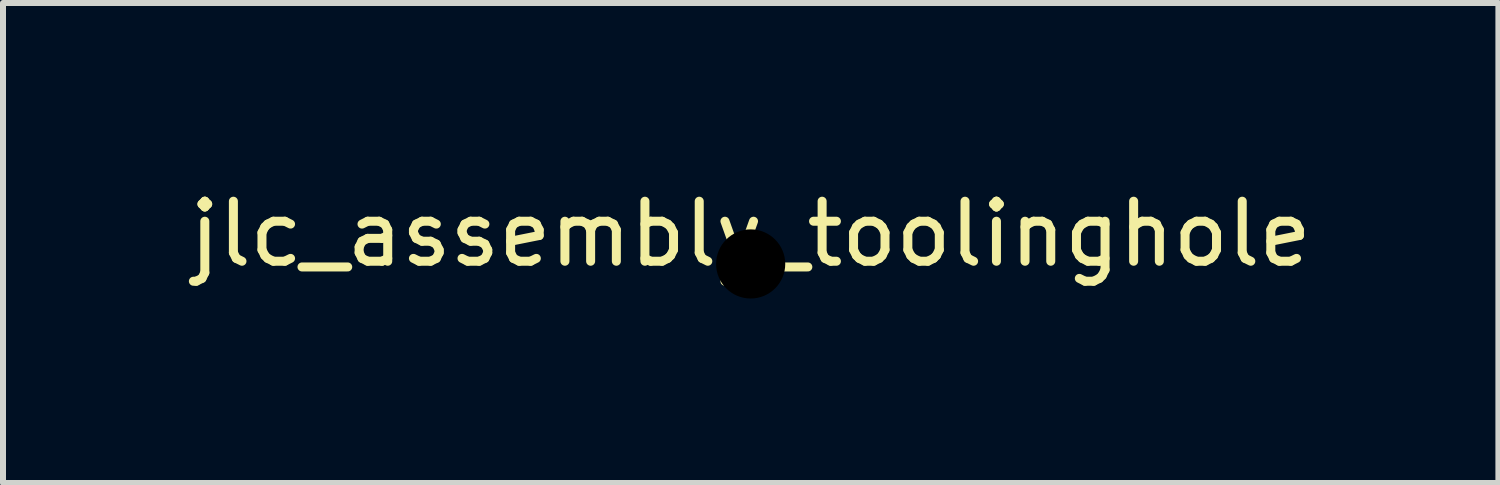
<source format=kicad_pcb>
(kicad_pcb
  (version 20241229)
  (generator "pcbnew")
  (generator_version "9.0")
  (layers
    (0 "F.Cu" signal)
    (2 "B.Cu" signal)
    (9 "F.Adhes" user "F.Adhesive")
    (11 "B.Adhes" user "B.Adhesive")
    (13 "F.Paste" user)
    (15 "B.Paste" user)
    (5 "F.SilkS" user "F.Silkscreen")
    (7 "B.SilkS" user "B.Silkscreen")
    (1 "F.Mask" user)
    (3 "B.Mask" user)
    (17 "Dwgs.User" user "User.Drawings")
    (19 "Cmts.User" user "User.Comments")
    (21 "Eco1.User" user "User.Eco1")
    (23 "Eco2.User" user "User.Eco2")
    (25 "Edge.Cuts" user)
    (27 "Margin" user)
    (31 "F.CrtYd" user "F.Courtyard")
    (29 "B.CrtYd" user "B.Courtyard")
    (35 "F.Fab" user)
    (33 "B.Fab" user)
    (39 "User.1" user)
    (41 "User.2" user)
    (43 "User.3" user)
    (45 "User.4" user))
  (footprint "jlc_assembly_toolinghole"
    (layer "F.Cu")
    (at 9.458 1.348)
    (property "Reference" "jlc_assembly_toolinghole" (at 0 -0.5 0) (unlocked yes) (layer "F.SilkS") (effects (font (size 1 1) (thickness 0.15))))
    (attr through_hole)
    (pad "" np_thru_hole circle (at 0 0) (size 1.3 1.3) (drill 1.152) (layers "*.Mask")))
  (gr_rect
    (start -3 -3)
    (end 21.917 4.998)
    (stroke (width 0.1) (type default))
    (fill no)
    (layer "Edge.Cuts")))
</source>
